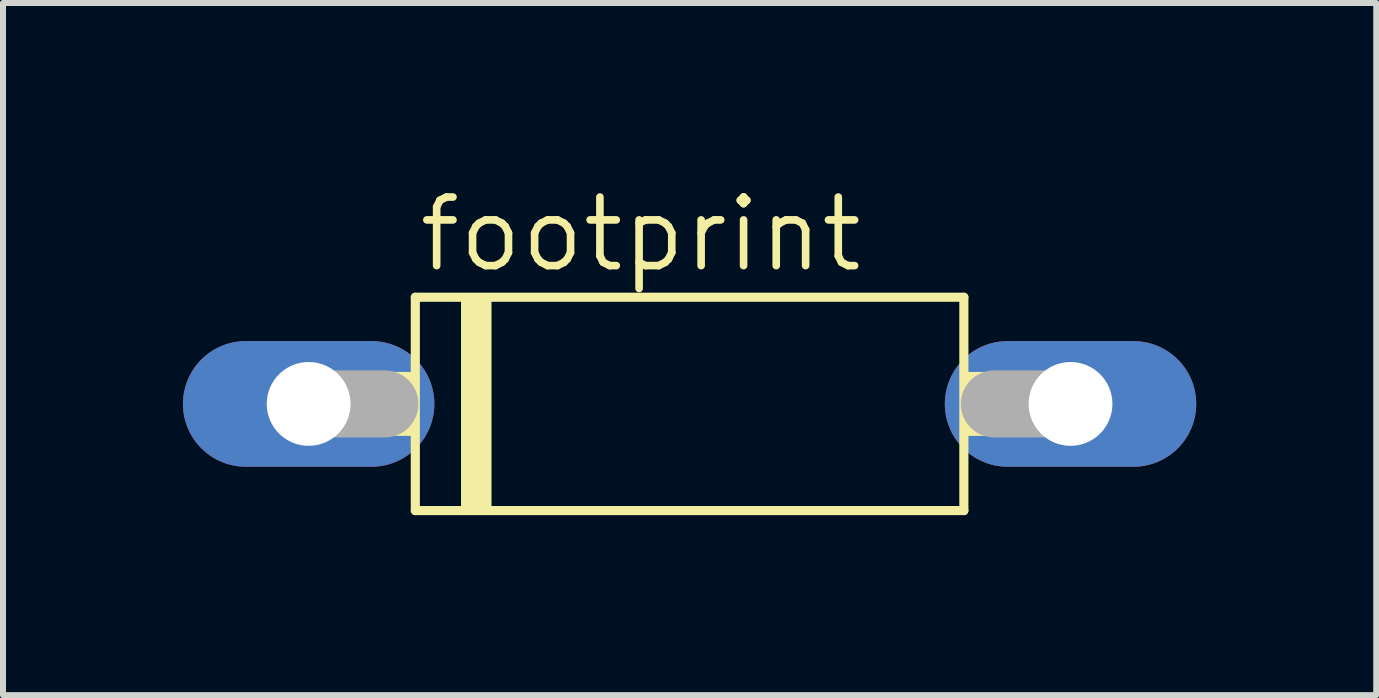
<source format=kicad_pcb>
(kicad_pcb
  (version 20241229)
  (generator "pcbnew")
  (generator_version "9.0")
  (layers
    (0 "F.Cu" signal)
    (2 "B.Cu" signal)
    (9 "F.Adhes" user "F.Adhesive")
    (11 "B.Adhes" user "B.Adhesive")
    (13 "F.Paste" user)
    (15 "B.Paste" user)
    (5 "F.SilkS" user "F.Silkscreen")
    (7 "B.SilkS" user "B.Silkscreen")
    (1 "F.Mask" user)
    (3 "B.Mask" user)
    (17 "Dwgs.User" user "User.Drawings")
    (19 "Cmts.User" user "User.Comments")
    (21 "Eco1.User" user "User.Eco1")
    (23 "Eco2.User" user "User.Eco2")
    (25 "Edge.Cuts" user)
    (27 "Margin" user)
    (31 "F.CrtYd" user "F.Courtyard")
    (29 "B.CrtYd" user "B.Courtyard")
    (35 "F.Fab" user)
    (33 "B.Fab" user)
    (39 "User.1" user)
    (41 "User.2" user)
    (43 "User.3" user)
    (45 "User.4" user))
  (footprint "footprint"
    (layer "F.Cu")
    (at 8.445 3.683)
    (property "Reference" "footprint" (at -4.572 -2.159 0) (layer "F.SilkS") (effects (font (size 1.143 1.143) (thickness 0.127)) (justify left bottom)))
    (fp_line (start -4.572 1.778) (end -4.572 -1.778) (stroke (width 0.152) (type solid)) (layer "F.SilkS"))
    (fp_line (start -4.572 1.778) (end 4.572 1.778) (stroke (width 0.152) (type solid)) (layer "F.SilkS"))
    (fp_line (start 4.572 -1.778) (end -4.572 -1.778) (stroke (width 0.152) (type solid)) (layer "F.SilkS"))
    (fp_line (start 4.572 -1.778) (end 4.572 1.778) (stroke (width 0.152) (type solid)) (layer "F.SilkS"))
    (fp_poly (pts (xy -4.953 0.533) (xy -4.572 0.533) (xy -4.572 -0.533) (xy -4.953 -0.533)) (stroke (width 0) (type solid)) (fill yes) (layer "F.SilkS"))
    (fp_poly (pts (xy -3.81 1.778) (xy -3.302 1.778) (xy -3.302 -1.778) (xy -3.81 -1.778)) (stroke (width 0) (type solid)) (fill yes) (layer "F.SilkS"))
    (fp_poly (pts (xy 4.572 0.533) (xy 4.953 0.533) (xy 4.953 -0.533) (xy 4.572 -0.533)) (stroke (width 0) (type solid)) (fill yes) (layer "F.SilkS"))
    (fp_line (start -6.35 0) (end -5.08 0) (stroke (width 1.118) (type solid)) (layer "F.Fab"))
    (fp_line (start 6.35 0) (end 5.08 0) (stroke (width 1.118) (type solid)) (layer "F.Fab"))
    (pad "A" thru_hole oval (at 6.35 0) (size 4.191 2.095) (drill 1.397) (layers "*.Cu" "*.Mask"))
    (pad "C" thru_hole oval (at -6.35 0) (size 4.191 2.095) (drill 1.397) (layers "*.Cu" "*.Mask")))
  (gr_rect
    (start -3 -3)
    (end 19.891 8.537)
    (stroke (width 0.1) (type default))
    (fill no)
    (layer "Edge.Cuts")))
</source>
